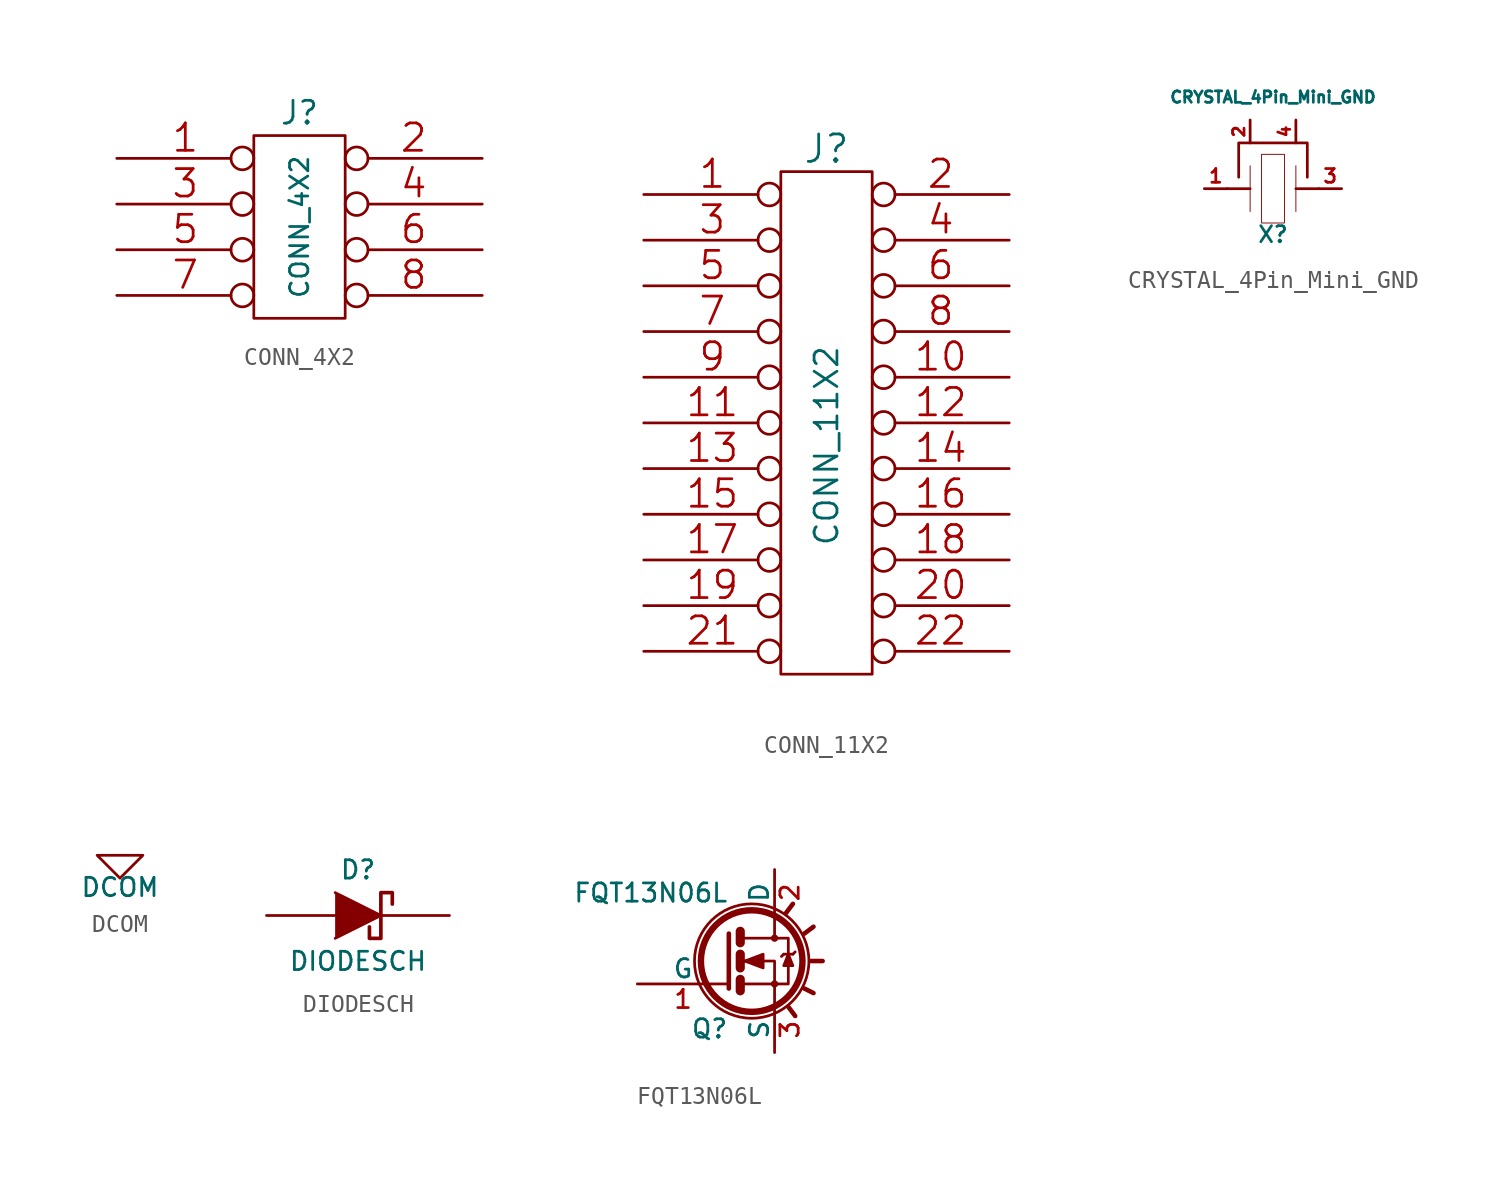
<source format=kicad_sym>
(kicad_symbol_lib
  (version 20231120)
  (generator "kicad_symbol_editor")
  (generator_version "8.0")
  (symbol "CONN_4X2"
    (pin_names
      (offset 1.016) hide)
    (property "Reference" "J"
      (at 0 6.35 0)
      (effects (font (size 1.27 1.27))))
    (property "Value" "CONN_4X2"
      (at 0 0 90)
      (effects (font (size 1.016 1.016))))
    (property "Footprint" ""
      (at 0 0 0)
      (effects (font (size 1.524 1.524))))
    (property "Datasheet" ""
      (at 0 0 0)
      (effects (font (size 1.524 1.524))))
    (symbol "CONN_4X2_0_1"
      (rectangle (start -2.54 5.08) (end 2.54 -5.08) (stroke (width 0) (type solid)) (fill (type none))))
    (symbol "CONN_4X2_1_1"
      (pin passive inverted (at -10.16 3.81 0) (length 7.62) (name "1" (effects (font (size 1.524 1.524)))) (number "1" (effects (font (size 1.524 1.524)))))
      (pin passive inverted (at 10.16 3.81 180) (length 7.62) (name "2" (effects (font (size 1.524 1.524)))) (number "2" (effects (font (size 1.524 1.524)))))
      (pin passive inverted (at -10.16 1.27 0) (length 7.62) (name "3" (effects (font (size 1.524 1.524)))) (number "3" (effects (font (size 1.524 1.524)))))
      (pin passive inverted (at 10.16 1.27 180) (length 7.62) (name "4" (effects (font (size 1.524 1.524)))) (number "4" (effects (font (size 1.524 1.524)))))
      (pin passive inverted (at -10.16 -1.27 0) (length 7.62) (name "5" (effects (font (size 1.524 1.524)))) (number "5" (effects (font (size 1.524 1.524)))))
      (pin passive inverted (at 10.16 -1.27 180) (length 7.62) (name "6" (effects (font (size 1.524 1.524)))) (number "6" (effects (font (size 1.524 1.524)))))
      (pin passive inverted (at -10.16 -3.81 0) (length 7.62) (name "7" (effects (font (size 1.524 1.524)))) (number "7" (effects (font (size 1.524 1.524)))))
      (pin passive inverted (at 10.16 -3.81 180) (length 7.62) (name "8" (effects (font (size 1.524 1.524)))) (number "8" (effects (font (size 1.524 1.524)))))))
  (symbol "CONN_11X2"
    (pin_names
      (offset 0.254) hide)
    (property "Reference" "J"
      (at 0 16.51 0)
      (effects (font (size 1.524 1.524))))
    (property "Value" "CONN_11X2"
      (at 0 0 90)
      (effects (font (size 1.27 1.27))))
    (property "Footprint" ""
      (at 0 0 0)
      (effects (font (size 1.524 1.524))))
    (property "Datasheet" ""
      (at 0 0 0)
      (effects (font (size 1.524 1.524))))
    (symbol "CONN_11X2_0_1"
      (rectangle (start -2.54 15.24) (end 2.54 -12.7) (stroke (width 0) (type solid)) (fill (type none))))
    (symbol "CONN_11X2_1_1"
      (pin passive inverted (at -10.16 13.97 0) (length 7.62) (name "P1" (effects (font (size 0.762 0.762)))) (number "1" (effects (font (size 1.524 1.524)))))
      (pin passive inverted (at 10.16 3.81 180) (length 7.62) (name "P10" (effects (font (size 0.762 0.762)))) (number "10" (effects (font (size 1.524 1.524)))))
      (pin passive inverted (at -10.16 1.27 0) (length 7.62) (name "P11" (effects (font (size 0.762 0.762)))) (number "11" (effects (font (size 1.524 1.524)))))
      (pin passive inverted (at 10.16 1.27 180) (length 7.62) (name "P12" (effects (font (size 0.762 0.762)))) (number "12" (effects (font (size 1.524 1.524)))))
      (pin passive inverted (at -10.16 -1.27 0) (length 7.62) (name "P13" (effects (font (size 0.762 0.762)))) (number "13" (effects (font (size 1.524 1.524)))))
      (pin passive inverted (at 10.16 -1.27 180) (length 7.62) (name "P14" (effects (font (size 0.762 0.762)))) (number "14" (effects (font (size 1.524 1.524)))))
      (pin passive inverted (at -10.16 -3.81 0) (length 7.62) (name "P15" (effects (font (size 0.762 0.762)))) (number "15" (effects (font (size 1.524 1.524)))))
      (pin passive inverted (at 10.16 -3.81 180) (length 7.62) (name "P16" (effects (font (size 0.762 0.762)))) (number "16" (effects (font (size 1.524 1.524)))))
      (pin passive inverted (at -10.16 -6.35 0) (length 7.62) (name "P17" (effects (font (size 0.762 0.762)))) (number "17" (effects (font (size 1.524 1.524)))))
      (pin passive inverted (at 10.16 -6.35 180) (length 7.62) (name "P18" (effects (font (size 0.762 0.762)))) (number "18" (effects (font (size 1.524 1.524)))))
      (pin passive inverted (at -10.16 -8.89 0) (length 7.62) (name "P19" (effects (font (size 0.762 0.762)))) (number "19" (effects (font (size 1.524 1.524)))))
      (pin passive inverted (at 10.16 13.97 180) (length 7.62) (name "P2" (effects (font (size 0.762 0.762)))) (number "2" (effects (font (size 1.524 1.524)))))
      (pin passive inverted (at 10.16 -8.89 180) (length 7.62) (name "P20" (effects (font (size 0.762 0.762)))) (number "20" (effects (font (size 1.524 1.524)))))
      (pin passive inverted (at -10.16 -11.43 0) (length 7.62) (name "P21" (effects (font (size 0.762 0.762)))) (number "21" (effects (font (size 1.524 1.524)))))
      (pin passive inverted (at 10.16 -11.43 180) (length 7.62) (name "P22" (effects (font (size 0.762 0.762)))) (number "22" (effects (font (size 1.524 1.524)))))
      (pin passive inverted (at -10.16 11.43 0) (length 7.62) (name "P3" (effects (font (size 0.762 0.762)))) (number "3" (effects (font (size 1.524 1.524)))))
      (pin passive inverted (at 10.16 11.43 180) (length 7.62) (name "P4" (effects (font (size 0.762 0.762)))) (number "4" (effects (font (size 1.524 1.524)))))
      (pin passive inverted (at -10.16 8.89 0) (length 7.62) (name "P5" (effects (font (size 0.762 0.762)))) (number "5" (effects (font (size 1.524 1.524)))))
      (pin passive inverted (at 10.16 8.89 180) (length 7.62) (name "P6" (effects (font (size 0.762 0.762)))) (number "6" (effects (font (size 1.524 1.524)))))
      (pin passive inverted (at -10.16 6.35 0) (length 7.62) (name "P7" (effects (font (size 0.762 0.762)))) (number "7" (effects (font (size 1.524 1.524)))))
      (pin passive inverted (at 10.16 6.35 180) (length 7.62) (name "P8" (effects (font (size 0.762 0.762)))) (number "8" (effects (font (size 1.524 1.524)))))
      (pin passive inverted (at -10.16 3.81 0) (length 7.62) (name "P9" (effects (font (size 0.762 0.762)))) (number "9" (effects (font (size 1.524 1.524)))))))
  (symbol "CRYSTAL_4Pin_Mini_GND"
    (pin_names
      (offset 1.016) hide)
    (property "Reference" "X"
      (at 0 -2.54 0)
      (effects (font (size 0.889 0.889))))
    (property "Value" "CRYSTAL_4Pin_Mini_GND"
      (at 0 5.08 0)
      (effects (font (size 0.635 0.635))))
    (property "Datasheet" ""
      (at 0 0 0)
      (effects (font (size 1.524 1.524))))
    (symbol "CRYSTAL_4Pin_Mini_GND_0_1"
      (rectangle (start -1.27 1.27) (end -1.27 -1.27) (stroke (width 0.051) (type solid)) (fill (type none)))
      (rectangle (start -0.635 1.905) (end 0.635 -1.905) (stroke (width 0.051) (type solid)) (fill (type none)))
      (polyline (pts (xy -1.27 0) (xy -2.54 0) (xy -2.54 0)) (stroke (width 0) (type solid)) (fill (type none)))
      (polyline (pts (xy 1.27 0) (xy 2.54 0) (xy 2.54 0)) (stroke (width 0) (type solid)) (fill (type none)))
      (polyline (pts (xy -1.905 0.635) (xy -1.905 2.54) (xy 1.905 2.54) (xy 1.905 0.635) (xy 1.905 0.635)) (stroke (width 0) (type solid)) (fill (type none)))
      (rectangle (start 1.27 1.27) (end 1.27 -1.27) (stroke (width 0.051) (type solid)) (fill (type none))))
    (symbol "CRYSTAL_4Pin_Mini_GND_1_1"
      (pin passive line (at -3.81 0 0) (length 1.27) (name "A" (effects (font (size 0.762 0.762)))) (number "1" (effects (font (size 0.762 0.762)))))
      (pin passive line (at -1.27 3.81 270) (length 1.27) (name "GND" (effects (font (size 0.762 0.762)))) (number "2" (effects (font (size 0.635 0.635)))))
      (pin passive line (at 3.81 0 180) (length 1.27) (name "B" (effects (font (size 0.762 0.762)))) (number "3" (effects (font (size 0.762 0.762)))))
      (pin passive line (at 1.27 3.81 270) (length 1.27) (name "GND" (effects (font (size 0.762 0.762)))) (number "4" (effects (font (size 0.635 0.635)))))))
  (symbol "DCOM"
    (power)
    (pin_names
      (offset 0))
    (property "Reference" "#PWR"
      (at 0 0 0)
      (effects (font (size 1.016 1.016)) (hide yes)))
    (property "Value" "DCOM"
      (at 0 -1.778 0)
      (effects (font (size 1.016 1.016))))
    (property "Footprint" ""
      (at 0 0 0)
      (effects (font (size 1.524 1.524))))
    (property "Datasheet" ""
      (at 0 0 0)
      (effects (font (size 1.524 1.524))))
    (symbol "DCOM_0_1"
      (polyline (pts (xy -1.27 0) (xy 0 -1.27) (xy 1.27 0) (xy -1.27 0)) (stroke (width 0) (type solid)) (fill (type none))))
    (symbol "DCOM_1_1"
      (pin power_in line (at 0 0 90) (length 0) hide (name "DCOM" (effects (font (size 1.016 1.016)))) (number "1" (effects (font (size 1.016 1.016)))))))
  (symbol "DIODESCH"
    (pin_numbers hide)
    (pin_names
      (offset 1.016) hide)
    (property "Reference" "D"
      (at 0 2.54 0)
      (effects (font (size 1.016 1.016))))
    (property "Value" "DIODESCH"
      (at 0 -2.54 0)
      (effects (font (size 1.016 1.016))))
    (property "Footprint" ""
      (at 0 0 0)
      (effects (font (size 1.524 1.524))))
    (property "Datasheet" ""
      (at 0 0 0)
      (effects (font (size 1.524 1.524))))
    (symbol "DIODESCH_0_1"
      (polyline (pts (xy -1.27 1.27) (xy 1.27 0) (xy -1.27 -1.27)) (stroke (width 0) (type solid)) (fill (type outline)))
      (polyline (pts (xy 1.905 0.635) (xy 1.905 1.27) (xy 1.27 1.27) (xy 1.27 -1.27) (xy 0.635 -1.27) (xy 0.635 -0.635)) (stroke (width 0.203) (type solid)) (fill (type none))))
    (symbol "DIODESCH_1_1"
      (pin passive line (at -5.08 0 0) (length 3.81) (name "A" (effects (font (size 1.016 1.016)))) (number "1" (effects (font (size 1.016 1.016)))))
      (pin passive line (at 5.08 0 180) (length 3.81) (name "K" (effects (font (size 1.016 1.016)))) (number "2" (effects (font (size 1.016 1.016)))))))
  (symbol "FQT13N06L"
    (pin_names
      (offset 0))
    (property "Reference" "Q"
      (at 0 -3.759 0)
      (effects (font (size 1.016 1.016)) (justify right)))
    (property "Value" "FQT13N06L"
      (at 0 3.785 0)
      (effects (font (size 1.016 1.016)) (justify right)))
    (property "Datasheet" ""
      (at 0 0 0)
      (effects (font (size 1.524 1.524))))
    (symbol "FQT13N06L_0_1"
      (polyline (pts (xy 0.635 -1.016) (xy 0.635 -1.651)) (stroke (width 0.508) (type solid)) (fill (type none)))
      (polyline (pts (xy 0.635 0.381) (xy 0.635 -0.381)) (stroke (width 0.508) (type solid)) (fill (type none)))
      (polyline (pts (xy 0.635 1.651) (xy 0.635 1.016)) (stroke (width 0.508) (type solid)) (fill (type none)))
      (polyline (pts (xy 3.048 0.381) (xy 2.921 0.254)) (stroke (width 0) (type solid)) (fill (type none)))
      (polyline (pts (xy 3.048 0.381) (xy 3.556 0.381)) (stroke (width 0) (type solid)) (fill (type none)))
      (polyline (pts (xy 3.175 2.667) (xy 3.556 3.175)) (stroke (width 0.254) (type solid)) (fill (type none)))
      (polyline (pts (xy 3.302 -2.54) (xy 3.683 -3.048)) (stroke (width 0.254) (type solid)) (fill (type none)))
      (polyline (pts (xy 3.556 0.381) (xy 3.683 0.508)) (stroke (width 0) (type solid)) (fill (type none)))
      (polyline (pts (xy 4.191 -1.524) (xy 4.699 -1.778)) (stroke (width 0.254) (type solid)) (fill (type none)))
      (polyline (pts (xy 4.191 1.524) (xy 4.699 1.905)) (stroke (width 0.254) (type solid)) (fill (type none)))
      (polyline (pts (xy 4.572 0) (xy 5.207 0)) (stroke (width 0.254) (type solid)) (fill (type none)))
      (polyline (pts (xy 0 1.524) (xy 0 -1.524) (xy 0 -1.524)) (stroke (width 0.254) (type solid)) (fill (type none)))
      (polyline (pts (xy 0.762 -1.27) (xy 2.54 -1.27) (xy 2.54 -2.54) (xy 2.54 -2.54)) (stroke (width 0) (type solid)) (fill (type none)))
      (polyline (pts (xy 0.762 1.27) (xy 2.54 1.27) (xy 2.54 2.54) (xy 2.54 2.54)) (stroke (width 0) (type solid)) (fill (type none)))
      (polyline (pts (xy 2.54 1.27) (xy 3.302 1.27) (xy 3.302 -1.27) (xy 2.54 -1.27)) (stroke (width 0) (type solid)) (fill (type none)))
      (polyline (pts (xy 3.302 0.381) (xy 3.048 -0.254) (xy 3.556 -0.254) (xy 3.302 0.381)) (stroke (width 0) (type solid)) (fill (type outline)))
      (polyline (pts (xy 0.762 0) (xy 1.27 0) (xy 2.54 0) (xy 2.54 -1.27) (xy 2.54 -1.27)) (stroke (width 0) (type solid)) (fill (type none)))
      (polyline (pts (xy 0.889 0) (xy 1.905 0.381) (xy 1.905 -0.381) (xy 0.889 0) (xy 1.016 0) (xy 1.016 0)) (stroke (width 0) (type solid)) (fill (type outline)))
      (circle (center 1.27 0) (radius 2.819) (stroke (width 0.356) (type solid)) (fill (type none)))
      (circle (center 1.27 0) (radius 3.175) (stroke (width 0) (type solid)) (fill (type none)))
      (circle (center 2.54 -1.27) (radius 0.127) (stroke (width 0) (type solid)) (fill (type none)))
      (circle (center 2.54 1.27) (radius 0.127) (stroke (width 0) (type solid)) (fill (type none))))
    (symbol "FQT13N06L_1_1"
      (pin passive line (at -5.08 -1.27 0) (length 5.08) (name "G" (effects (font (size 1.016 1.016)))) (number "1" (effects (font (size 1.016 1.016)))))
      (pin passive line (at 2.54 5.08 270) (length 2.54) (name "D" (effects (font (size 1.016 1.016)))) (number "2" (effects (font (size 1.016 1.016)))))
      (pin passive line (at 2.54 -5.08 90) (length 2.54) (name "S" (effects (font (size 1.016 1.016)))) (number "3" (effects (font (size 1.016 1.016))))))))
</source>
